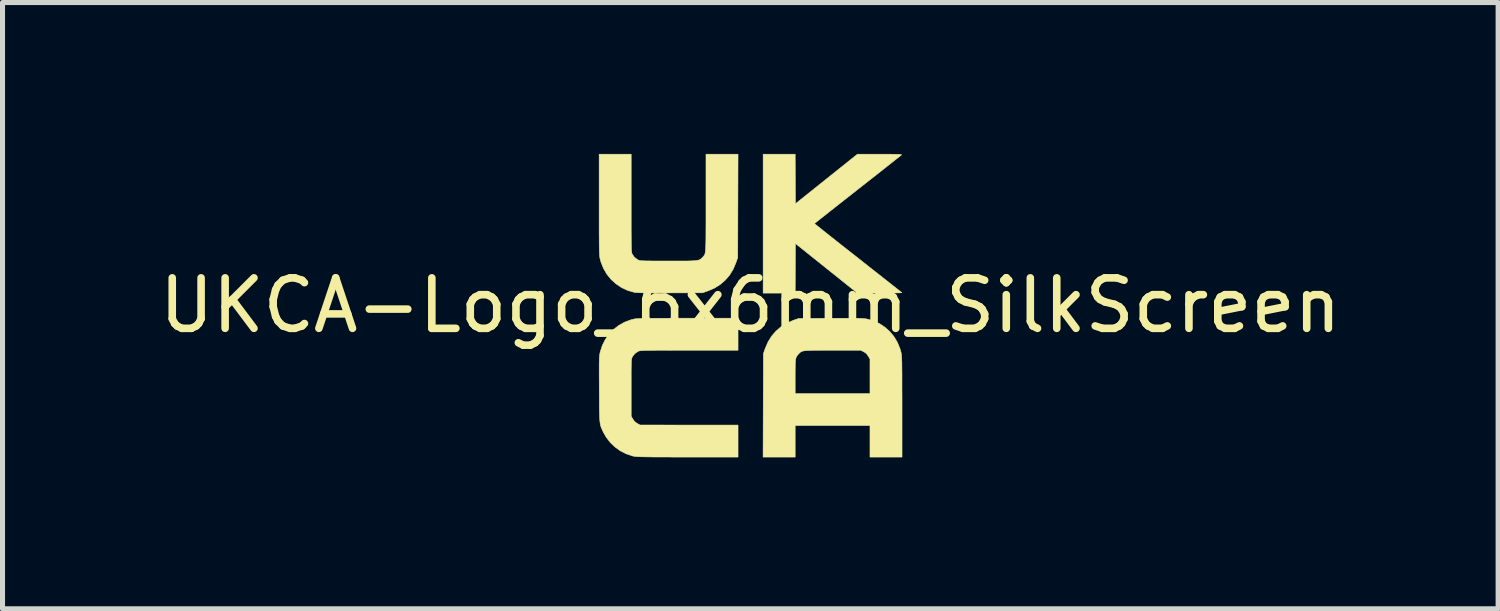
<source format=kicad_pcb>
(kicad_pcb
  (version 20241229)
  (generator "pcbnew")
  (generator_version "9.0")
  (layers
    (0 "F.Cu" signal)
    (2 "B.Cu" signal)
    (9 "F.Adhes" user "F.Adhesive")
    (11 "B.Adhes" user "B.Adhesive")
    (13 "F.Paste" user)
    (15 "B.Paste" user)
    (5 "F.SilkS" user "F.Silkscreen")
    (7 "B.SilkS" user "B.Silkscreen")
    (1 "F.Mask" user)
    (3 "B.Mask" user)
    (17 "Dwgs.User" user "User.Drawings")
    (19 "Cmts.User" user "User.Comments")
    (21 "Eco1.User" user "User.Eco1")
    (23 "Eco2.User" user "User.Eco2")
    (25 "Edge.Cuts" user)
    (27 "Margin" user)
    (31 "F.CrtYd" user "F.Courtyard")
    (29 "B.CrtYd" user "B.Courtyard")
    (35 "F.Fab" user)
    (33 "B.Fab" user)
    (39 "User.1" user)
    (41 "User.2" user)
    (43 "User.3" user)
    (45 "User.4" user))
  (footprint "UKCA-Logo_6x6mm_SilkScreen"
    (layer "F.Cu")
    (at 11.815 3)
    (property "Reference" "UKCA-Logo_6x6mm_SilkScreen" (at 0 0 0) (layer "F.SilkS") (effects (font (size 1 1) (thickness 0.15))))
    (attr exclude_from_pos_files exclude_from_bom)
    (fp_poly (pts (xy 0.892 -2.504) (xy 0.894 -2.013) (xy 2.122 -2.995) (xy 2.566 -2.995) (xy 2.676 -2.995) (xy 2.766 -2.995) (xy 2.838 -2.994) (xy 2.895 -2.993) (xy 2.937 -2.992) (xy 2.966 -2.991) (xy 2.985 -2.988) (xy 2.994 -2.986) (xy 2.996 -2.982) (xy 2.995 -2.98) (xy 2.984 -2.972) (xy 2.959 -2.951) (xy 2.918 -2.919) (xy 2.865 -2.877) (xy 2.799 -2.825) (xy 2.722 -2.764) (xy 2.636 -2.696) (xy 2.541 -2.621) (xy 2.438 -2.54) (xy 2.328 -2.454) (xy 2.214 -2.364) (xy 2.127 -2.296) (xy 2.01 -2.204) (xy 1.897 -2.115) (xy 1.79 -2.031) (xy 1.69 -1.952) (xy 1.598 -1.88) (xy 1.515 -1.814) (xy 1.443 -1.757) (xy 1.381 -1.708) (xy 1.333 -1.67) (xy 1.298 -1.642) (xy 1.278 -1.625) (xy 1.273 -1.621) (xy 1.281 -1.613) (xy 1.304 -1.594) (xy 1.342 -1.563) (xy 1.394 -1.522) (xy 1.457 -1.471) (xy 1.532 -1.412) (xy 1.617 -1.344) (xy 1.711 -1.27) (xy 1.813 -1.189) (xy 1.921 -1.104) (xy 2.036 -1.014) (xy 2.134 -0.937) (xy 2.252 -0.844) (xy 2.366 -0.754) (xy 2.474 -0.669) (xy 2.575 -0.59) (xy 2.668 -0.516) (xy 2.752 -0.45) (xy 2.826 -0.392) (xy 2.888 -0.343) (xy 2.938 -0.303) (xy 2.974 -0.274) (xy 2.996 -0.257) (xy 3.002 -0.251) (xy 2.993 -0.25) (xy 2.965 -0.248) (xy 2.92 -0.247) (xy 2.86 -0.245) (xy 2.788 -0.245) (xy 2.705 -0.244) (xy 2.614 -0.243) (xy 2.564 -0.243) (xy 2.122 -0.243) (xy 0.894 -1.226) (xy 0.892 -0.734) (xy 0.889 -0.243) (xy 0.254 -0.243) (xy 0.254 -2.995) (xy 0.889 -2.995) (xy 0.892 -2.504)) (stroke (width 0.01) (type solid)) (fill yes) (layer "F.SilkS"))
    (fp_poly (pts (xy 2.024 0.255) (xy 2.092 0.256) (xy 2.148 0.257) (xy 2.194 0.258) (xy 2.23 0.26) (xy 2.26 0.263) (xy 2.284 0.265) (xy 2.305 0.269) (xy 2.311 0.27) (xy 2.439 0.306) (xy 2.558 0.361) (xy 2.667 0.433) (xy 2.764 0.519) (xy 2.847 0.62) (xy 2.914 0.732) (xy 2.965 0.855) (xy 2.985 0.924) (xy 2.988 0.939) (xy 2.991 0.955) (xy 2.994 0.973) (xy 2.996 0.993) (xy 2.998 1.019) (xy 3 1.05) (xy 3.001 1.089) (xy 3.003 1.137) (xy 3.003 1.194) (xy 3.004 1.263) (xy 3.005 1.345) (xy 3.005 1.441) (xy 3.005 1.553) (xy 3.005 1.682) (xy 3.006 1.829) (xy 3.006 1.995) (xy 3.006 2.008) (xy 3.006 3.006) (xy 2.371 3.006) (xy 2.371 2.381) (xy 0.889 2.381) (xy 0.889 3.006) (xy 0.253 3.006) (xy 0.256 1.982) (xy 0.258 1.407) (xy 0.889 1.407) (xy 0.889 1.746) (xy 2.371 1.746) (xy 2.371 1.063) (xy 2.336 1.005) (xy 2.307 0.964) (xy 2.274 0.935) (xy 2.245 0.919) (xy 2.188 0.889) (xy 1.631 0.889) (xy 1.503 0.889) (xy 1.394 0.889) (xy 1.303 0.89) (xy 1.228 0.891) (xy 1.167 0.893) (xy 1.117 0.895) (xy 1.079 0.899) (xy 1.048 0.904) (xy 1.025 0.911) (xy 1.006 0.919) (xy 0.991 0.929) (xy 0.977 0.942) (xy 0.963 0.957) (xy 0.956 0.964) (xy 0.938 0.984) (xy 0.924 1.002) (xy 0.913 1.022) (xy 0.904 1.045) (xy 0.898 1.075) (xy 0.894 1.114) (xy 0.891 1.164) (xy 0.89 1.228) (xy 0.889 1.308) (xy 0.889 1.407) (xy 0.258 1.407) (xy 0.259 0.958) (xy 0.294 0.857) (xy 0.35 0.727) (xy 0.421 0.611) (xy 0.509 0.509) (xy 0.611 0.422) (xy 0.727 0.35) (xy 0.857 0.294) (xy 0.857 0.294) (xy 0.958 0.259) (xy 1.593 0.256) (xy 1.728 0.256) (xy 1.844 0.255) (xy 1.942 0.255) (xy 2.024 0.255)) (stroke (width 0.01) (type solid)) (fill yes) (layer "F.SilkS"))
    (fp_poly (pts (xy -2.36 -2.026) (xy -2.36 -1.861) (xy -2.36 -1.716) (xy -2.36 -1.589) (xy -2.36 -1.48) (xy -2.359 -1.386) (xy -2.359 -1.307) (xy -2.358 -1.241) (xy -2.357 -1.186) (xy -2.356 -1.143) (xy -2.355 -1.108) (xy -2.353 -1.081) (xy -2.351 -1.061) (xy -2.349 -1.046) (xy -2.346 -1.034) (xy -2.343 -1.025) (xy -2.34 -1.018) (xy -2.338 -1.014) (xy -2.297 -0.955) (xy -2.243 -0.912) (xy -2.217 -0.898) (xy -2.207 -0.894) (xy -2.194 -0.89) (xy -2.178 -0.887) (xy -2.157 -0.885) (xy -2.128 -0.883) (xy -2.089 -0.882) (xy -2.04 -0.88) (xy -1.978 -0.88) (xy -1.902 -0.879) (xy -1.809 -0.879) (xy -1.698 -0.879) (xy -1.619 -0.879) (xy -1.491 -0.879) (xy -1.383 -0.879) (xy -1.292 -0.879) (xy -1.217 -0.88) (xy -1.155 -0.882) (xy -1.106 -0.885) (xy -1.068 -0.889) (xy -1.037 -0.894) (xy -1.014 -0.9) (xy -0.996 -0.909) (xy -0.98 -0.919) (xy -0.967 -0.931) (xy -0.952 -0.946) (xy -0.945 -0.954) (xy -0.934 -0.965) (xy -0.924 -0.976) (xy -0.916 -0.986) (xy -0.908 -0.998) (xy -0.902 -1.012) (xy -0.896 -1.031) (xy -0.892 -1.056) (xy -0.888 -1.087) (xy -0.885 -1.126) (xy -0.883 -1.174) (xy -0.881 -1.234) (xy -0.88 -1.305) (xy -0.879 -1.39) (xy -0.879 -1.49) (xy -0.878 -1.605) (xy -0.878 -1.738) (xy -0.878 -1.89) (xy -0.878 -2.032) (xy -0.878 -2.995) (xy -0.243 -2.995) (xy -0.246 -1.971) (xy -0.249 -0.947) (xy -0.284 -0.847) (xy -0.339 -0.716) (xy -0.41 -0.6) (xy -0.497 -0.499) (xy -0.598 -0.412) (xy -0.714 -0.34) (xy -0.845 -0.284) (xy -0.847 -0.284) (xy -0.947 -0.249) (xy -1.593 -0.247) (xy -1.732 -0.246) (xy -1.852 -0.246) (xy -1.954 -0.246) (xy -2.04 -0.247) (xy -2.111 -0.248) (xy -2.168 -0.249) (xy -2.214 -0.251) (xy -2.25 -0.253) (xy -2.278 -0.255) (xy -2.299 -0.258) (xy -2.306 -0.26) (xy -2.435 -0.298) (xy -2.555 -0.355) (xy -2.664 -0.429) (xy -2.761 -0.517) (xy -2.843 -0.619) (xy -2.909 -0.733) (xy -2.958 -0.856) (xy -2.974 -0.913) (xy -2.978 -0.928) (xy -2.981 -0.944) (xy -2.983 -0.962) (xy -2.986 -0.983) (xy -2.988 -1.008) (xy -2.989 -1.04) (xy -2.991 -1.079) (xy -2.992 -1.126) (xy -2.993 -1.184) (xy -2.994 -1.253) (xy -2.994 -1.335) (xy -2.995 -1.431) (xy -2.995 -1.543) (xy -2.995 -1.671) (xy -2.995 -1.818) (xy -2.995 -1.985) (xy -2.995 -1.998) (xy -2.995 -2.995) (xy -2.36 -2.995) (xy -2.36 -2.026)) (stroke (width 0.01) (type solid)) (fill yes) (layer "F.SilkS"))
    (fp_poly (pts (xy -0.243 0.889) (xy -1.209 0.889) (xy -1.374 0.889) (xy -1.52 0.889) (xy -1.647 0.89) (xy -1.756 0.89) (xy -1.85 0.89) (xy -1.93 0.891) (xy -1.996 0.892) (xy -2.05 0.892) (xy -2.094 0.894) (xy -2.129 0.895) (xy -2.156 0.897) (xy -2.176 0.899) (xy -2.192 0.901) (xy -2.203 0.904) (xy -2.212 0.907) (xy -2.217 0.909) (xy -2.278 0.947) (xy -2.324 1) (xy -2.338 1.025) (xy -2.343 1.035) (xy -2.347 1.046) (xy -2.35 1.059) (xy -2.353 1.076) (xy -2.355 1.1) (xy -2.357 1.132) (xy -2.358 1.173) (xy -2.359 1.226) (xy -2.36 1.292) (xy -2.36 1.373) (xy -2.36 1.471) (xy -2.36 1.588) (xy -2.36 1.632) (xy -2.36 2.196) (xy -2.328 2.251) (xy -2.296 2.297) (xy -2.254 2.331) (xy -2.241 2.339) (xy -2.185 2.37) (xy -1.214 2.371) (xy -0.243 2.371) (xy -0.243 3.006) (xy -1.246 3.005) (xy -1.415 3.005) (xy -1.564 3.005) (xy -1.694 3.004) (xy -1.807 3.004) (xy -1.905 3.004) (xy -1.988 3.003) (xy -2.058 3.002) (xy -2.117 3.001) (xy -2.166 3) (xy -2.205 2.999) (xy -2.237 2.997) (xy -2.263 2.995) (xy -2.284 2.993) (xy -2.302 2.99) (xy -2.317 2.987) (xy -2.332 2.984) (xy -2.334 2.983) (xy -2.458 2.942) (xy -2.574 2.883) (xy -2.681 2.806) (xy -2.776 2.715) (xy -2.856 2.611) (xy -2.911 2.514) (xy -2.926 2.482) (xy -2.939 2.454) (xy -2.951 2.427) (xy -2.96 2.401) (xy -2.968 2.373) (xy -2.974 2.342) (xy -2.979 2.305) (xy -2.983 2.261) (xy -2.986 2.207) (xy -2.988 2.143) (xy -2.99 2.066) (xy -2.991 1.975) (xy -2.991 1.867) (xy -2.992 1.741) (xy -2.993 1.659) (xy -2.993 1.526) (xy -2.994 1.412) (xy -2.994 1.316) (xy -2.994 1.236) (xy -2.994 1.169) (xy -2.993 1.115) (xy -2.992 1.071) (xy -2.99 1.035) (xy -2.988 1.007) (xy -2.985 0.983) (xy -2.982 0.962) (xy -2.978 0.943) (xy -2.974 0.923) (xy -2.933 0.796) (xy -2.874 0.678) (xy -2.799 0.571) (xy -2.709 0.477) (xy -2.606 0.397) (xy -2.491 0.333) (xy -2.366 0.286) (xy -2.301 0.27) (xy -2.286 0.267) (xy -2.266 0.265) (xy -2.239 0.263) (xy -2.206 0.261) (xy -2.163 0.259) (xy -2.111 0.258) (xy -2.047 0.257) (xy -1.971 0.256) (xy -1.881 0.256) (xy -1.776 0.255) (xy -1.655 0.255) (xy -1.516 0.254) (xy -1.358 0.254) (xy -1.236 0.254) (xy -0.243 0.254) (xy -0.243 0.889)) (stroke (width 0.01) (type solid)) (fill yes) (layer "F.SilkS")))
  (gr_rect
    (start -3 -3)
    (end 26.631 9.011)
    (stroke (width 0.1) (type default))
    (fill no)
    (layer "Edge.Cuts")))
</source>
